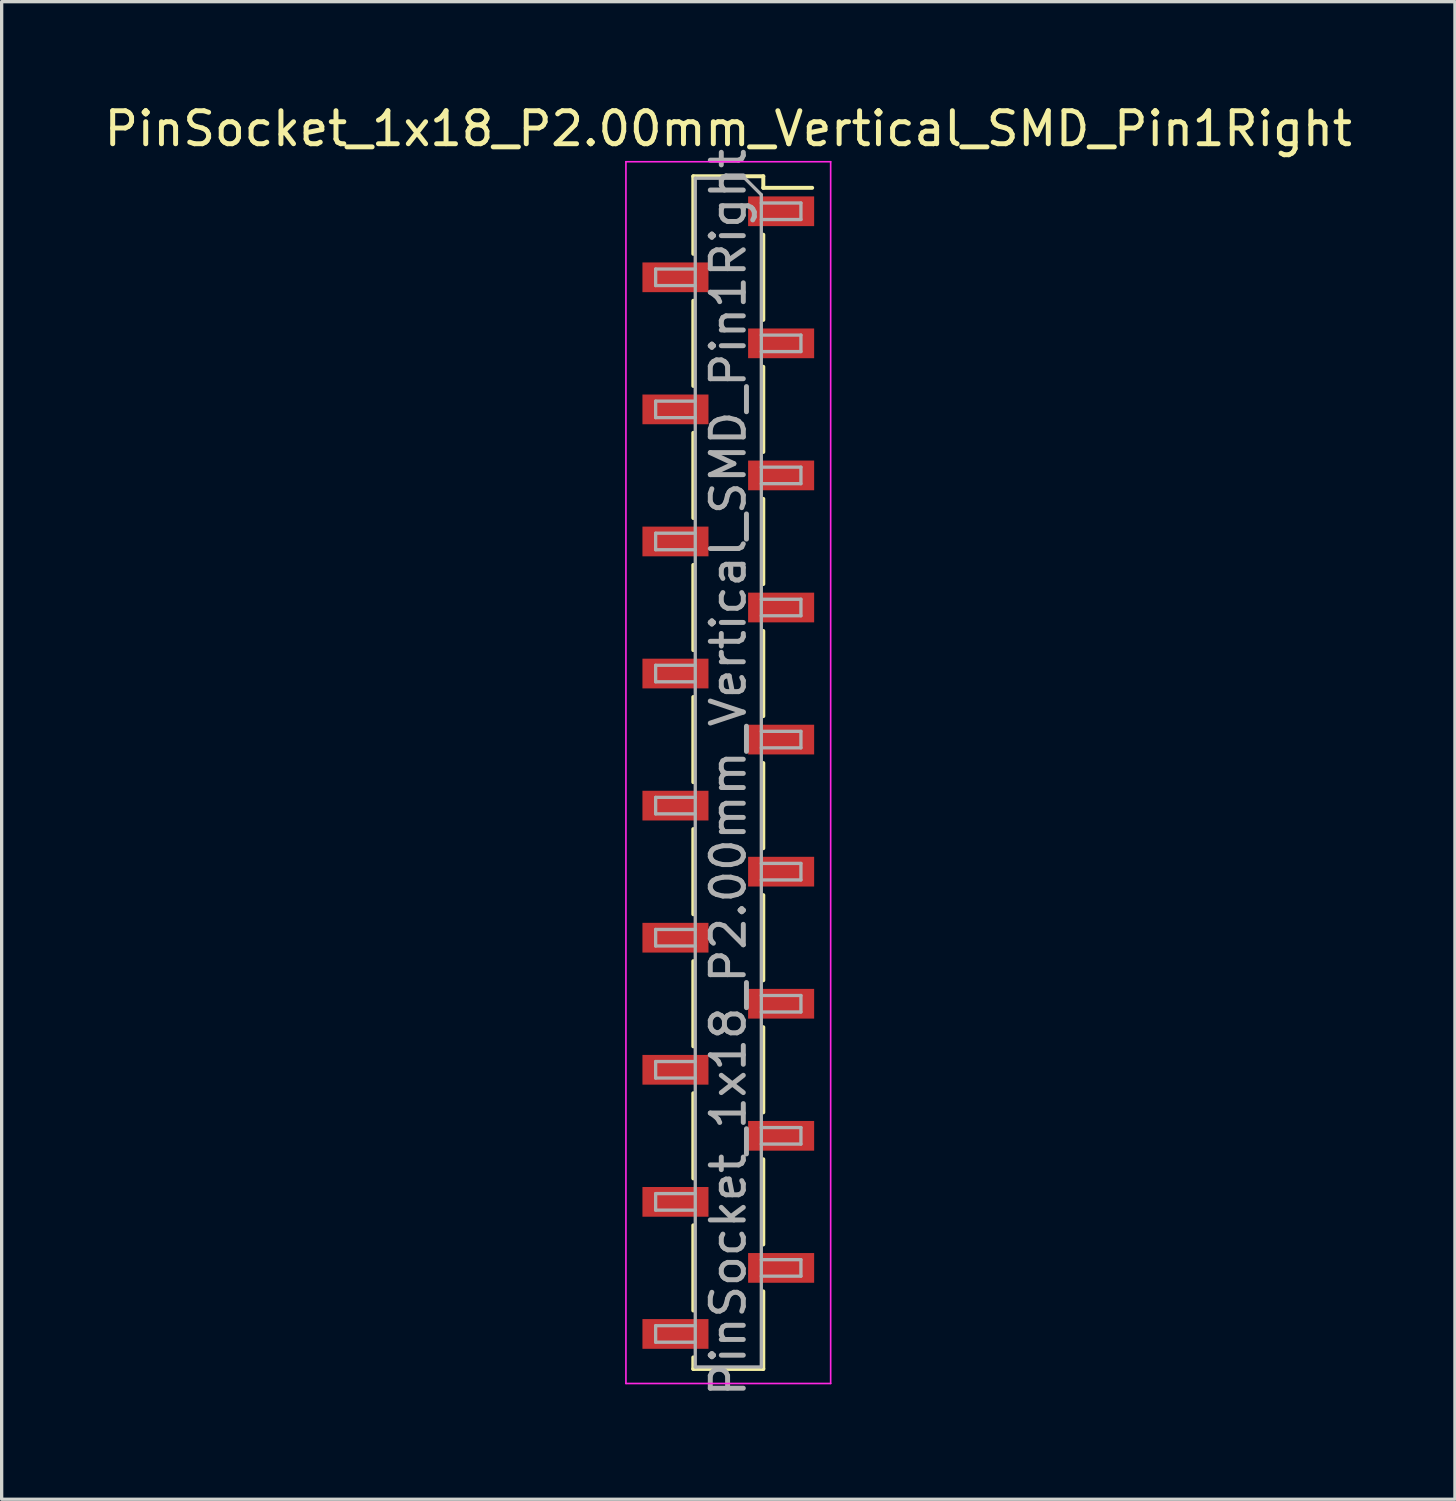
<source format=kicad_pcb>
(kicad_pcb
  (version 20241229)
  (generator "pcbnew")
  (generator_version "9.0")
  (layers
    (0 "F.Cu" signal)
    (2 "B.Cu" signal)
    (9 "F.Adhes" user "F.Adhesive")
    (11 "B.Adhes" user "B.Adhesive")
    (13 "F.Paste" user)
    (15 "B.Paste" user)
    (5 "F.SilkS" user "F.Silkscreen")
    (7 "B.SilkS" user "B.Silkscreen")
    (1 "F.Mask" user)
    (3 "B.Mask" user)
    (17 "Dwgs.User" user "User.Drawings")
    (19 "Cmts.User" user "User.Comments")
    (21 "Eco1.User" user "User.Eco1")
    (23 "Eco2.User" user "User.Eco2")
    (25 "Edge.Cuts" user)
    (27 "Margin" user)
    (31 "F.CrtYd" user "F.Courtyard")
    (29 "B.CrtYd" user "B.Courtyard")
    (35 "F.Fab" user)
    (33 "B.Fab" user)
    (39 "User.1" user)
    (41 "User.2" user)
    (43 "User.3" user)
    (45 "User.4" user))
  (footprint "PinSocket_1x18_P2.00mm_Vertical_SMD_Pin1Right"
    (layer "F.Cu")
    (at 19.006 20.348)
    (property "Reference" "PinSocket_1x18_P2.00mm_Vertical_SMD_Pin1Right" (at 0 -19.5 0) (layer "F.SilkS") (effects (font (size 1 1) (thickness 0.15))))
    (attr smd)
    (fp_line (start -1.06 -18.06) (end -1.06 -15.71) (stroke (width 0.12) (type solid)) (layer "F.SilkS"))
    (fp_line (start -1.06 -18.06) (end 1.06 -18.06) (stroke (width 0.12) (type solid)) (layer "F.SilkS"))
    (fp_line (start -1.06 -14.29) (end -1.06 -11.71) (stroke (width 0.12) (type solid)) (layer "F.SilkS"))
    (fp_line (start -1.06 -10.29) (end -1.06 -7.71) (stroke (width 0.12) (type solid)) (layer "F.SilkS"))
    (fp_line (start -1.06 -6.29) (end -1.06 -3.71) (stroke (width 0.12) (type solid)) (layer "F.SilkS"))
    (fp_line (start -1.06 -2.29) (end -1.06 0.29) (stroke (width 0.12) (type solid)) (layer "F.SilkS"))
    (fp_line (start -1.06 1.71) (end -1.06 4.29) (stroke (width 0.12) (type solid)) (layer "F.SilkS"))
    (fp_line (start -1.06 5.71) (end -1.06 8.29) (stroke (width 0.12) (type solid)) (layer "F.SilkS"))
    (fp_line (start -1.06 9.71) (end -1.06 12.29) (stroke (width 0.12) (type solid)) (layer "F.SilkS"))
    (fp_line (start -1.06 13.71) (end -1.06 16.29) (stroke (width 0.12) (type solid)) (layer "F.SilkS"))
    (fp_line (start -1.06 17.71) (end -1.06 18.06) (stroke (width 0.12) (type solid)) (layer "F.SilkS"))
    (fp_line (start -1.06 18.06) (end 1.06 18.06) (stroke (width 0.12) (type solid)) (layer "F.SilkS"))
    (fp_line (start 1.06 -18.06) (end 1.06 -17.71) (stroke (width 0.12) (type solid)) (layer "F.SilkS"))
    (fp_line (start 1.06 -17.71) (end 2.54 -17.71) (stroke (width 0.12) (type solid)) (layer "F.SilkS"))
    (fp_line (start 1.06 -16.29) (end 1.06 -13.71) (stroke (width 0.12) (type solid)) (layer "F.SilkS"))
    (fp_line (start 1.06 -12.29) (end 1.06 -9.71) (stroke (width 0.12) (type solid)) (layer "F.SilkS"))
    (fp_line (start 1.06 -8.29) (end 1.06 -5.71) (stroke (width 0.12) (type solid)) (layer "F.SilkS"))
    (fp_line (start 1.06 -4.29) (end 1.06 -1.71) (stroke (width 0.12) (type solid)) (layer "F.SilkS"))
    (fp_line (start 1.06 -0.29) (end 1.06 2.29) (stroke (width 0.12) (type solid)) (layer "F.SilkS"))
    (fp_line (start 1.06 3.71) (end 1.06 6.29) (stroke (width 0.12) (type solid)) (layer "F.SilkS"))
    (fp_line (start 1.06 7.71) (end 1.06 10.29) (stroke (width 0.12) (type solid)) (layer "F.SilkS"))
    (fp_line (start 1.06 11.71) (end 1.06 14.29) (stroke (width 0.12) (type solid)) (layer "F.SilkS"))
    (fp_line (start 1.06 15.71) (end 1.06 18.06) (stroke (width 0.12) (type solid)) (layer "F.SilkS"))
    (fp_line (start -3.1 -18.5) (end 3.1 -18.5) (stroke (width 0.05) (type solid)) (layer "F.CrtYd"))
    (fp_line (start -3.1 18.5) (end -3.1 -18.5) (stroke (width 0.05) (type solid)) (layer "F.CrtYd"))
    (fp_line (start 3.1 -18.5) (end 3.1 18.5) (stroke (width 0.05) (type solid)) (layer "F.CrtYd"))
    (fp_line (start 3.1 18.5) (end -3.1 18.5) (stroke (width 0.05) (type solid)) (layer "F.CrtYd"))
    (fp_line (start -2.2 -15.25) (end -1 -15.25) (stroke (width 0.1) (type solid)) (layer "F.Fab"))
    (fp_line (start -2.2 -14.75) (end -2.2 -15.25) (stroke (width 0.1) (type solid)) (layer "F.Fab"))
    (fp_line (start -2.2 -11.25) (end -1 -11.25) (stroke (width 0.1) (type solid)) (layer "F.Fab"))
    (fp_line (start -2.2 -10.75) (end -2.2 -11.25) (stroke (width 0.1) (type solid)) (layer "F.Fab"))
    (fp_line (start -2.2 -7.25) (end -1 -7.25) (stroke (width 0.1) (type solid)) (layer "F.Fab"))
    (fp_line (start -2.2 -6.75) (end -2.2 -7.25) (stroke (width 0.1) (type solid)) (layer "F.Fab"))
    (fp_line (start -2.2 -3.25) (end -1 -3.25) (stroke (width 0.1) (type solid)) (layer "F.Fab"))
    (fp_line (start -2.2 -2.75) (end -2.2 -3.25) (stroke (width 0.1) (type solid)) (layer "F.Fab"))
    (fp_line (start -2.2 0.75) (end -1 0.75) (stroke (width 0.1) (type solid)) (layer "F.Fab"))
    (fp_line (start -2.2 1.25) (end -2.2 0.75) (stroke (width 0.1) (type solid)) (layer "F.Fab"))
    (fp_line (start -2.2 4.75) (end -1 4.75) (stroke (width 0.1) (type solid)) (layer "F.Fab"))
    (fp_line (start -2.2 5.25) (end -2.2 4.75) (stroke (width 0.1) (type solid)) (layer "F.Fab"))
    (fp_line (start -2.2 8.75) (end -1 8.75) (stroke (width 0.1) (type solid)) (layer "F.Fab"))
    (fp_line (start -2.2 9.25) (end -2.2 8.75) (stroke (width 0.1) (type solid)) (layer "F.Fab"))
    (fp_line (start -2.2 12.75) (end -1 12.75) (stroke (width 0.1) (type solid)) (layer "F.Fab"))
    (fp_line (start -2.2 13.25) (end -2.2 12.75) (stroke (width 0.1) (type solid)) (layer "F.Fab"))
    (fp_line (start -2.2 16.75) (end -1 16.75) (stroke (width 0.1) (type solid)) (layer "F.Fab"))
    (fp_line (start -2.2 17.25) (end -2.2 16.75) (stroke (width 0.1) (type solid)) (layer "F.Fab"))
    (fp_line (start -1 -18) (end 0.5 -18) (stroke (width 0.1) (type solid)) (layer "F.Fab"))
    (fp_line (start -1 -14.75) (end -2.2 -14.75) (stroke (width 0.1) (type solid)) (layer "F.Fab"))
    (fp_line (start -1 -10.75) (end -2.2 -10.75) (stroke (width 0.1) (type solid)) (layer "F.Fab"))
    (fp_line (start -1 -6.75) (end -2.2 -6.75) (stroke (width 0.1) (type solid)) (layer "F.Fab"))
    (fp_line (start -1 -2.75) (end -2.2 -2.75) (stroke (width 0.1) (type solid)) (layer "F.Fab"))
    (fp_line (start -1 1.25) (end -2.2 1.25) (stroke (width 0.1) (type solid)) (layer "F.Fab"))
    (fp_line (start -1 5.25) (end -2.2 5.25) (stroke (width 0.1) (type solid)) (layer "F.Fab"))
    (fp_line (start -1 9.25) (end -2.2 9.25) (stroke (width 0.1) (type solid)) (layer "F.Fab"))
    (fp_line (start -1 13.25) (end -2.2 13.25) (stroke (width 0.1) (type solid)) (layer "F.Fab"))
    (fp_line (start -1 17.25) (end -2.2 17.25) (stroke (width 0.1) (type solid)) (layer "F.Fab"))
    (fp_line (start -1 18) (end -1 -18) (stroke (width 0.1) (type solid)) (layer "F.Fab"))
    (fp_line (start 0.5 -18) (end 1 -17.5) (stroke (width 0.1) (type solid)) (layer "F.Fab"))
    (fp_line (start 1 -17.5) (end 1 18) (stroke (width 0.1) (type solid)) (layer "F.Fab"))
    (fp_line (start 1 -17.25) (end 2.2 -17.25) (stroke (width 0.1) (type solid)) (layer "F.Fab"))
    (fp_line (start 1 -13.25) (end 2.2 -13.25) (stroke (width 0.1) (type solid)) (layer "F.Fab"))
    (fp_line (start 1 -9.25) (end 2.2 -9.25) (stroke (width 0.1) (type solid)) (layer "F.Fab"))
    (fp_line (start 1 -5.25) (end 2.2 -5.25) (stroke (width 0.1) (type solid)) (layer "F.Fab"))
    (fp_line (start 1 -1.25) (end 2.2 -1.25) (stroke (width 0.1) (type solid)) (layer "F.Fab"))
    (fp_line (start 1 2.75) (end 2.2 2.75) (stroke (width 0.1) (type solid)) (layer "F.Fab"))
    (fp_line (start 1 6.75) (end 2.2 6.75) (stroke (width 0.1) (type solid)) (layer "F.Fab"))
    (fp_line (start 1 10.75) (end 2.2 10.75) (stroke (width 0.1) (type solid)) (layer "F.Fab"))
    (fp_line (start 1 14.75) (end 2.2 14.75) (stroke (width 0.1) (type solid)) (layer "F.Fab"))
    (fp_line (start 1 18) (end -1 18) (stroke (width 0.1) (type solid)) (layer "F.Fab"))
    (fp_line (start 2.2 -17.25) (end 2.2 -16.75) (stroke (width 0.1) (type solid)) (layer "F.Fab"))
    (fp_line (start 2.2 -16.75) (end 1 -16.75) (stroke (width 0.1) (type solid)) (layer "F.Fab"))
    (fp_line (start 2.2 -13.25) (end 2.2 -12.75) (stroke (width 0.1) (type solid)) (layer "F.Fab"))
    (fp_line (start 2.2 -12.75) (end 1 -12.75) (stroke (width 0.1) (type solid)) (layer "F.Fab"))
    (fp_line (start 2.2 -9.25) (end 2.2 -8.75) (stroke (width 0.1) (type solid)) (layer "F.Fab"))
    (fp_line (start 2.2 -8.75) (end 1 -8.75) (stroke (width 0.1) (type solid)) (layer "F.Fab"))
    (fp_line (start 2.2 -5.25) (end 2.2 -4.75) (stroke (width 0.1) (type solid)) (layer "F.Fab"))
    (fp_line (start 2.2 -4.75) (end 1 -4.75) (stroke (width 0.1) (type solid)) (layer "F.Fab"))
    (fp_line (start 2.2 -1.25) (end 2.2 -0.75) (stroke (width 0.1) (type solid)) (layer "F.Fab"))
    (fp_line (start 2.2 -0.75) (end 1 -0.75) (stroke (width 0.1) (type solid)) (layer "F.Fab"))
    (fp_line (start 2.2 2.75) (end 2.2 3.25) (stroke (width 0.1) (type solid)) (layer "F.Fab"))
    (fp_line (start 2.2 3.25) (end 1 3.25) (stroke (width 0.1) (type solid)) (layer "F.Fab"))
    (fp_line (start 2.2 6.75) (end 2.2 7.25) (stroke (width 0.1) (type solid)) (layer "F.Fab"))
    (fp_line (start 2.2 7.25) (end 1 7.25) (stroke (width 0.1) (type solid)) (layer "F.Fab"))
    (fp_line (start 2.2 10.75) (end 2.2 11.25) (stroke (width 0.1) (type solid)) (layer "F.Fab"))
    (fp_line (start 2.2 11.25) (end 1 11.25) (stroke (width 0.1) (type solid)) (layer "F.Fab"))
    (fp_line (start 2.2 14.75) (end 2.2 15.25) (stroke (width 0.1) (type solid)) (layer "F.Fab"))
    (fp_line (start 2.2 15.25) (end 1 15.25) (stroke (width 0.1) (type solid)) (layer "F.Fab"))
    (fp_text user "${REFERENCE}" (at 0 0 90) (layer "F.Fab") (effects (font (size 1 1) (thickness 0.15))))
    (pad "1" smd rect (at 1.6 -17) (size 2 0.9) (layers "F.Cu" "F.Mask" "F.Paste"))
    (pad "2" smd rect (at -1.6 -15) (size 2 0.9) (layers "F.Cu" "F.Mask" "F.Paste"))
    (pad "3" smd rect (at 1.6 -13) (size 2 0.9) (layers "F.Cu" "F.Mask" "F.Paste"))
    (pad "4" smd rect (at -1.6 -11) (size 2 0.9) (layers "F.Cu" "F.Mask" "F.Paste"))
    (pad "5" smd rect (at 1.6 -9) (size 2 0.9) (layers "F.Cu" "F.Mask" "F.Paste"))
    (pad "6" smd rect (at -1.6 -7) (size 2 0.9) (layers "F.Cu" "F.Mask" "F.Paste"))
    (pad "7" smd rect (at 1.6 -5) (size 2 0.9) (layers "F.Cu" "F.Mask" "F.Paste"))
    (pad "8" smd rect (at -1.6 -3) (size 2 0.9) (layers "F.Cu" "F.Mask" "F.Paste"))
    (pad "9" smd rect (at 1.6 -1) (size 2 0.9) (layers "F.Cu" "F.Mask" "F.Paste"))
    (pad "10" smd rect (at -1.6 1) (size 2 0.9) (layers "F.Cu" "F.Mask" "F.Paste"))
    (pad "11" smd rect (at 1.6 3) (size 2 0.9) (layers "F.Cu" "F.Mask" "F.Paste"))
    (pad "12" smd rect (at -1.6 5) (size 2 0.9) (layers "F.Cu" "F.Mask" "F.Paste"))
    (pad "13" smd rect (at 1.6 7) (size 2 0.9) (layers "F.Cu" "F.Mask" "F.Paste"))
    (pad "14" smd rect (at -1.6 9) (size 2 0.9) (layers "F.Cu" "F.Mask" "F.Paste"))
    (pad "15" smd rect (at 1.6 11) (size 2 0.9) (layers "F.Cu" "F.Mask" "F.Paste"))
    (pad "16" smd rect (at -1.6 13) (size 2 0.9) (layers "F.Cu" "F.Mask" "F.Paste"))
    (pad "17" smd rect (at 1.6 15) (size 2 0.9) (layers "F.Cu" "F.Mask" "F.Paste"))
    (pad "18" smd rect (at -1.6 17) (size 2 0.9) (layers "F.Cu" "F.Mask" "F.Paste")))
  (gr_rect
    (start -3 -3)
    (end 41.012 42.354)
    (stroke (width 0.1) (type default))
    (fill no)
    (layer "Edge.Cuts")))
</source>
